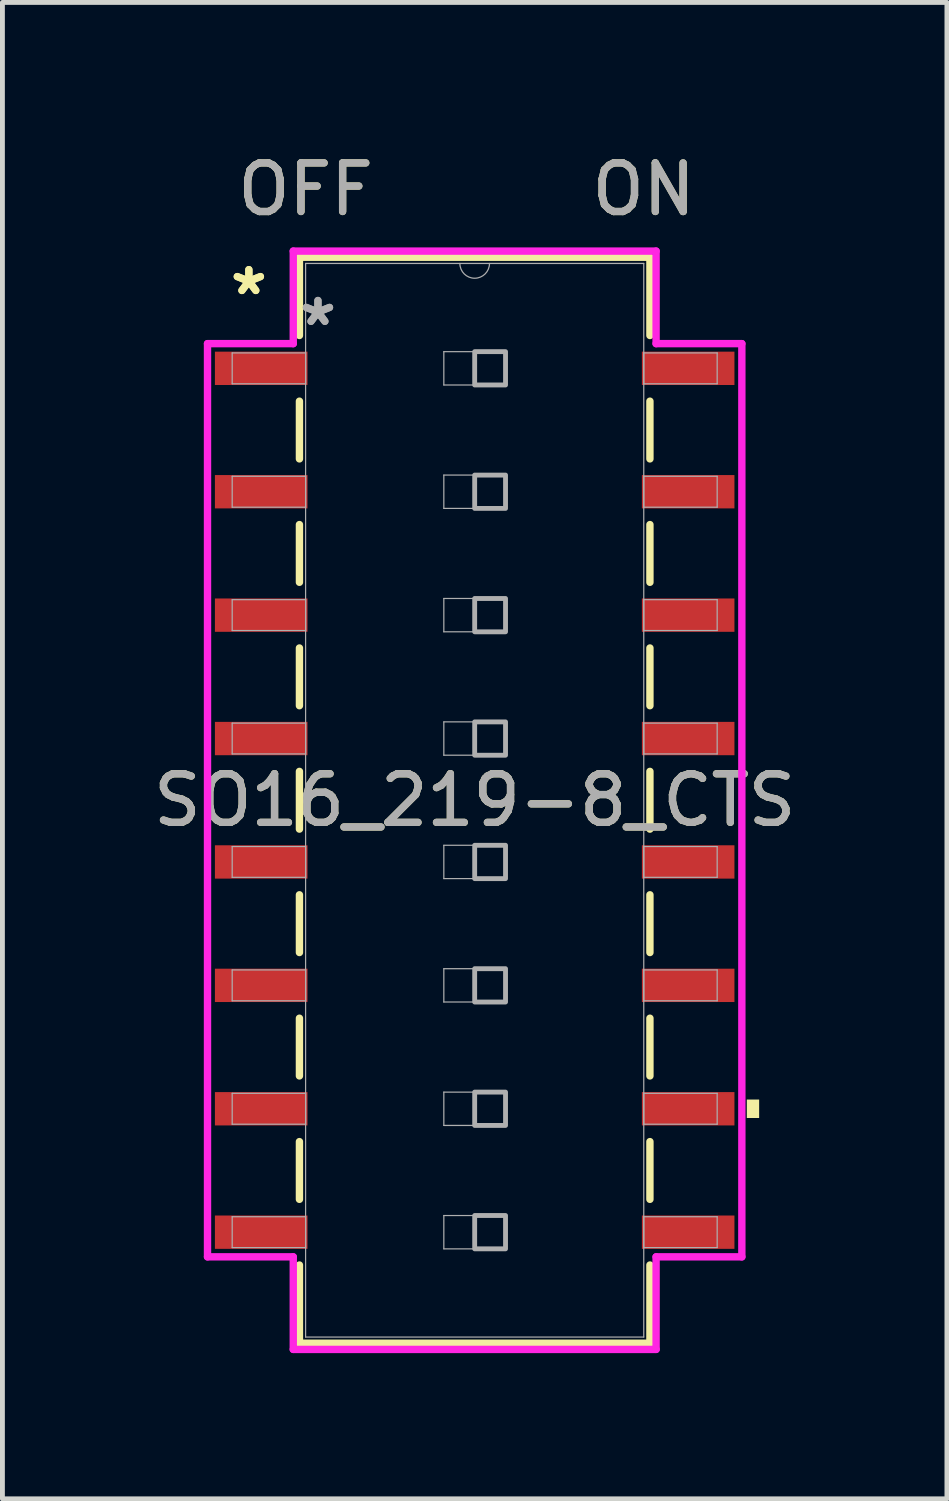
<source format=kicad_pcb>
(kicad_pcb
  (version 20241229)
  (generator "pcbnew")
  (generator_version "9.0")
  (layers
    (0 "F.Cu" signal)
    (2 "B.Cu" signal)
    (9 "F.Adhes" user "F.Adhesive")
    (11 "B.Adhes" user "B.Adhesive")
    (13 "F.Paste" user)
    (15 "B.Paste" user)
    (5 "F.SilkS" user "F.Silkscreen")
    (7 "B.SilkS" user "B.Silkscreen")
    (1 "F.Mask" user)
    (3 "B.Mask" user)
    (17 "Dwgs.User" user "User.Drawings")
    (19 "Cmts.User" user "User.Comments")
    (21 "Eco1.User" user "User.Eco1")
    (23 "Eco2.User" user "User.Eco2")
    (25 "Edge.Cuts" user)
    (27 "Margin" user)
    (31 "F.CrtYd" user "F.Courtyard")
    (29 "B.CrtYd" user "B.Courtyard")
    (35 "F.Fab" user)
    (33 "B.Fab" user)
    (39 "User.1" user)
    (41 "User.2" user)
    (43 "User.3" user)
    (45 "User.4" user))
  (footprint "SO16_219-8_CTS"
    (layer "F.Cu")
    (at 6.72 13.421)
    (property "Reference" "SO16_219-8_CTS" (at 0 0 0) (unlocked yes) (layer "F.SilkS") (effects (font (size 1 1) (thickness 0.15))))
    (attr smd)
    (fp_line (start -3.607 -11.176) (end -3.607 -9.566) (stroke (width 0.152) (type solid)) (layer "F.SilkS"))
    (fp_line (start -3.607 -8.214) (end -3.607 -7.026) (stroke (width 0.152) (type solid)) (layer "F.SilkS"))
    (fp_line (start -3.607 -5.674) (end -3.607 -4.486) (stroke (width 0.152) (type solid)) (layer "F.SilkS"))
    (fp_line (start -3.607 -3.134) (end -3.607 -1.946) (stroke (width 0.152) (type solid)) (layer "F.SilkS"))
    (fp_line (start -3.607 -0.594) (end -3.607 0.594) (stroke (width 0.152) (type solid)) (layer "F.SilkS"))
    (fp_line (start -3.607 1.946) (end -3.607 3.134) (stroke (width 0.152) (type solid)) (layer "F.SilkS"))
    (fp_line (start -3.607 4.486) (end -3.607 5.674) (stroke (width 0.152) (type solid)) (layer "F.SilkS"))
    (fp_line (start -3.607 7.026) (end -3.607 8.214) (stroke (width 0.152) (type solid)) (layer "F.SilkS"))
    (fp_line (start -3.607 9.566) (end -3.607 11.176) (stroke (width 0.152) (type solid)) (layer "F.SilkS"))
    (fp_line (start -3.607 11.176) (end 3.607 11.176) (stroke (width 0.152) (type solid)) (layer "F.SilkS"))
    (fp_line (start 3.607 -11.176) (end -3.607 -11.176) (stroke (width 0.152) (type solid)) (layer "F.SilkS"))
    (fp_line (start 3.607 -9.566) (end 3.607 -11.176) (stroke (width 0.152) (type solid)) (layer "F.SilkS"))
    (fp_line (start 3.607 -7.026) (end 3.607 -8.214) (stroke (width 0.152) (type solid)) (layer "F.SilkS"))
    (fp_line (start 3.607 -4.486) (end 3.607 -5.674) (stroke (width 0.152) (type solid)) (layer "F.SilkS"))
    (fp_line (start 3.607 -1.946) (end 3.607 -3.134) (stroke (width 0.152) (type solid)) (layer "F.SilkS"))
    (fp_line (start 3.607 0.594) (end 3.607 -0.594) (stroke (width 0.152) (type solid)) (layer "F.SilkS"))
    (fp_line (start 3.607 3.134) (end 3.607 1.946) (stroke (width 0.152) (type solid)) (layer "F.SilkS"))
    (fp_line (start 3.607 5.674) (end 3.607 4.486) (stroke (width 0.152) (type solid)) (layer "F.SilkS"))
    (fp_line (start 3.607 8.214) (end 3.607 7.026) (stroke (width 0.152) (type solid)) (layer "F.SilkS"))
    (fp_line (start 3.607 11.176) (end 3.607 9.566) (stroke (width 0.152) (type solid)) (layer "F.SilkS"))
    (fp_poly (pts (xy 5.855 6.16) (xy 5.855 6.54) (xy 5.601 6.54) (xy 5.601 6.16)) (stroke (width 0) (type solid)) (fill yes) (layer "F.SilkS"))
    (fp_line (start -5.499 -9.398) (end -3.734 -9.398) (stroke (width 0.152) (type solid)) (layer "F.CrtYd"))
    (fp_line (start -5.499 9.398) (end -5.499 -9.398) (stroke (width 0.152) (type solid)) (layer "F.CrtYd"))
    (fp_line (start -3.734 -11.303) (end 3.734 -11.303) (stroke (width 0.152) (type solid)) (layer "F.CrtYd"))
    (fp_line (start -3.734 -9.398) (end -3.734 -11.303) (stroke (width 0.152) (type solid)) (layer "F.CrtYd"))
    (fp_line (start -3.734 9.398) (end -5.499 9.398) (stroke (width 0.152) (type solid)) (layer "F.CrtYd"))
    (fp_line (start -3.734 11.303) (end -3.734 9.398) (stroke (width 0.152) (type solid)) (layer "F.CrtYd"))
    (fp_line (start 3.734 -11.303) (end 3.734 -9.398) (stroke (width 0.152) (type solid)) (layer "F.CrtYd"))
    (fp_line (start 3.734 -9.398) (end 5.499 -9.398) (stroke (width 0.152) (type solid)) (layer "F.CrtYd"))
    (fp_line (start 3.734 9.398) (end 3.734 11.303) (stroke (width 0.152) (type solid)) (layer "F.CrtYd"))
    (fp_line (start 3.734 11.303) (end -3.734 11.303) (stroke (width 0.152) (type solid)) (layer "F.CrtYd"))
    (fp_line (start 5.499 -9.398) (end 5.499 9.398) (stroke (width 0.152) (type solid)) (layer "F.CrtYd"))
    (fp_line (start 5.499 9.398) (end 3.734 9.398) (stroke (width 0.152) (type solid)) (layer "F.CrtYd"))
    (fp_line (start -4.991 -9.207) (end -4.991 -8.572) (stroke (width 0.025) (type solid)) (layer "F.Fab"))
    (fp_line (start -4.991 -8.572) (end -3.48 -8.572) (stroke (width 0.025) (type solid)) (layer "F.Fab"))
    (fp_line (start -4.991 -6.668) (end -4.991 -6.032) (stroke (width 0.025) (type solid)) (layer "F.Fab"))
    (fp_line (start -4.991 -6.032) (end -3.48 -6.032) (stroke (width 0.025) (type solid)) (layer "F.Fab"))
    (fp_line (start -4.991 -4.128) (end -4.991 -3.493) (stroke (width 0.025) (type solid)) (layer "F.Fab"))
    (fp_line (start -4.991 -3.493) (end -3.48 -3.493) (stroke (width 0.025) (type solid)) (layer "F.Fab"))
    (fp_line (start -4.991 -1.587) (end -4.991 -0.953) (stroke (width 0.025) (type solid)) (layer "F.Fab"))
    (fp_line (start -4.991 -0.953) (end -3.48 -0.953) (stroke (width 0.025) (type solid)) (layer "F.Fab"))
    (fp_line (start -4.991 0.953) (end -4.991 1.587) (stroke (width 0.025) (type solid)) (layer "F.Fab"))
    (fp_line (start -4.991 1.587) (end -3.48 1.587) (stroke (width 0.025) (type solid)) (layer "F.Fab"))
    (fp_line (start -4.991 3.493) (end -4.991 4.128) (stroke (width 0.025) (type solid)) (layer "F.Fab"))
    (fp_line (start -4.991 4.128) (end -3.48 4.128) (stroke (width 0.025) (type solid)) (layer "F.Fab"))
    (fp_line (start -4.991 6.032) (end -4.991 6.668) (stroke (width 0.025) (type solid)) (layer "F.Fab"))
    (fp_line (start -4.991 6.668) (end -3.48 6.668) (stroke (width 0.025) (type solid)) (layer "F.Fab"))
    (fp_line (start -4.991 8.572) (end -4.991 9.207) (stroke (width 0.025) (type solid)) (layer "F.Fab"))
    (fp_line (start -4.991 9.207) (end -3.48 9.207) (stroke (width 0.025) (type solid)) (layer "F.Fab"))
    (fp_line (start -3.48 -11.049) (end -3.48 11.049) (stroke (width 0.025) (type solid)) (layer "F.Fab"))
    (fp_line (start -3.48 -9.207) (end -4.991 -9.207) (stroke (width 0.025) (type solid)) (layer "F.Fab"))
    (fp_line (start -3.48 -8.572) (end -3.48 -9.207) (stroke (width 0.025) (type solid)) (layer "F.Fab"))
    (fp_line (start -3.48 -6.668) (end -4.991 -6.668) (stroke (width 0.025) (type solid)) (layer "F.Fab"))
    (fp_line (start -3.48 -6.032) (end -3.48 -6.668) (stroke (width 0.025) (type solid)) (layer "F.Fab"))
    (fp_line (start -3.48 -4.128) (end -4.991 -4.128) (stroke (width 0.025) (type solid)) (layer "F.Fab"))
    (fp_line (start -3.48 -3.493) (end -3.48 -4.128) (stroke (width 0.025) (type solid)) (layer "F.Fab"))
    (fp_line (start -3.48 -1.587) (end -4.991 -1.587) (stroke (width 0.025) (type solid)) (layer "F.Fab"))
    (fp_line (start -3.48 -0.953) (end -3.48 -1.587) (stroke (width 0.025) (type solid)) (layer "F.Fab"))
    (fp_line (start -3.48 0.953) (end -4.991 0.953) (stroke (width 0.025) (type solid)) (layer "F.Fab"))
    (fp_line (start -3.48 1.587) (end -3.48 0.953) (stroke (width 0.025) (type solid)) (layer "F.Fab"))
    (fp_line (start -3.48 3.493) (end -4.991 3.493) (stroke (width 0.025) (type solid)) (layer "F.Fab"))
    (fp_line (start -3.48 4.128) (end -3.48 3.493) (stroke (width 0.025) (type solid)) (layer "F.Fab"))
    (fp_line (start -3.48 6.032) (end -4.991 6.032) (stroke (width 0.025) (type solid)) (layer "F.Fab"))
    (fp_line (start -3.48 6.668) (end -3.48 6.032) (stroke (width 0.025) (type solid)) (layer "F.Fab"))
    (fp_line (start -3.48 8.572) (end -4.991 8.572) (stroke (width 0.025) (type solid)) (layer "F.Fab"))
    (fp_line (start -3.48 9.207) (end -3.48 8.572) (stroke (width 0.025) (type solid)) (layer "F.Fab"))
    (fp_line (start -3.48 11.049) (end 3.48 11.049) (stroke (width 0.025) (type solid)) (layer "F.Fab"))
    (fp_line (start -0.635 -9.233) (end 0.635 -9.233) (stroke (width 0.025) (type solid)) (layer "F.Fab"))
    (fp_line (start -0.635 -8.547) (end -0.635 -9.233) (stroke (width 0.025) (type solid)) (layer "F.Fab"))
    (fp_line (start -0.635 -6.693) (end 0.635 -6.693) (stroke (width 0.025) (type solid)) (layer "F.Fab"))
    (fp_line (start -0.635 -6.007) (end -0.635 -6.693) (stroke (width 0.025) (type solid)) (layer "F.Fab"))
    (fp_line (start -0.635 -4.153) (end 0.635 -4.153) (stroke (width 0.025) (type solid)) (layer "F.Fab"))
    (fp_line (start -0.635 -3.467) (end -0.635 -4.153) (stroke (width 0.025) (type solid)) (layer "F.Fab"))
    (fp_line (start -0.635 -1.613) (end 0.635 -1.613) (stroke (width 0.025) (type solid)) (layer "F.Fab"))
    (fp_line (start -0.635 -0.927) (end -0.635 -1.613) (stroke (width 0.025) (type solid)) (layer "F.Fab"))
    (fp_line (start -0.635 0.927) (end 0.635 0.927) (stroke (width 0.025) (type solid)) (layer "F.Fab"))
    (fp_line (start -0.635 1.613) (end -0.635 0.927) (stroke (width 0.025) (type solid)) (layer "F.Fab"))
    (fp_line (start -0.635 3.467) (end 0.635 3.467) (stroke (width 0.025) (type solid)) (layer "F.Fab"))
    (fp_line (start -0.635 4.153) (end -0.635 3.467) (stroke (width 0.025) (type solid)) (layer "F.Fab"))
    (fp_line (start -0.635 6.007) (end 0.635 6.007) (stroke (width 0.025) (type solid)) (layer "F.Fab"))
    (fp_line (start -0.635 6.693) (end -0.635 6.007) (stroke (width 0.025) (type solid)) (layer "F.Fab"))
    (fp_line (start -0.635 8.547) (end 0.635 8.547) (stroke (width 0.025) (type solid)) (layer "F.Fab"))
    (fp_line (start -0.635 9.233) (end -0.635 8.547) (stroke (width 0.025) (type solid)) (layer "F.Fab"))
    (fp_line (start 0.635 -9.233) (end 0.635 -8.547) (stroke (width 0.025) (type solid)) (layer "F.Fab"))
    (fp_line (start 0.635 -8.547) (end -0.635 -8.547) (stroke (width 0.025) (type solid)) (layer "F.Fab"))
    (fp_line (start 0.635 -6.693) (end 0.635 -6.007) (stroke (width 0.025) (type solid)) (layer "F.Fab"))
    (fp_line (start 0.635 -6.007) (end -0.635 -6.007) (stroke (width 0.025) (type solid)) (layer "F.Fab"))
    (fp_line (start 0.635 -4.153) (end 0.635 -3.467) (stroke (width 0.025) (type solid)) (layer "F.Fab"))
    (fp_line (start 0.635 -3.467) (end -0.635 -3.467) (stroke (width 0.025) (type solid)) (layer "F.Fab"))
    (fp_line (start 0.635 -1.613) (end 0.635 -0.927) (stroke (width 0.025) (type solid)) (layer "F.Fab"))
    (fp_line (start 0.635 -0.927) (end -0.635 -0.927) (stroke (width 0.025) (type solid)) (layer "F.Fab"))
    (fp_line (start 0.635 0.927) (end 0.635 1.613) (stroke (width 0.025) (type solid)) (layer "F.Fab"))
    (fp_line (start 0.635 1.613) (end -0.635 1.613) (stroke (width 0.025) (type solid)) (layer "F.Fab"))
    (fp_line (start 0.635 3.467) (end 0.635 4.153) (stroke (width 0.025) (type solid)) (layer "F.Fab"))
    (fp_line (start 0.635 4.153) (end -0.635 4.153) (stroke (width 0.025) (type solid)) (layer "F.Fab"))
    (fp_line (start 0.635 6.007) (end 0.635 6.693) (stroke (width 0.025) (type solid)) (layer "F.Fab"))
    (fp_line (start 0.635 6.693) (end -0.635 6.693) (stroke (width 0.025) (type solid)) (layer "F.Fab"))
    (fp_line (start 0.635 8.547) (end 0.635 9.233) (stroke (width 0.025) (type solid)) (layer "F.Fab"))
    (fp_line (start 0.635 9.233) (end -0.635 9.233) (stroke (width 0.025) (type solid)) (layer "F.Fab"))
    (fp_line (start 3.48 -11.049) (end -3.48 -11.049) (stroke (width 0.025) (type solid)) (layer "F.Fab"))
    (fp_line (start 3.48 -9.207) (end 3.48 -8.572) (stroke (width 0.025) (type solid)) (layer "F.Fab"))
    (fp_line (start 3.48 -8.572) (end 4.991 -8.572) (stroke (width 0.025) (type solid)) (layer "F.Fab"))
    (fp_line (start 3.48 -6.668) (end 3.48 -6.032) (stroke (width 0.025) (type solid)) (layer "F.Fab"))
    (fp_line (start 3.48 -6.032) (end 4.991 -6.032) (stroke (width 0.025) (type solid)) (layer "F.Fab"))
    (fp_line (start 3.48 -4.128) (end 3.48 -3.493) (stroke (width 0.025) (type solid)) (layer "F.Fab"))
    (fp_line (start 3.48 -3.493) (end 4.991 -3.493) (stroke (width 0.025) (type solid)) (layer "F.Fab"))
    (fp_line (start 3.48 -1.587) (end 3.48 -0.953) (stroke (width 0.025) (type solid)) (layer "F.Fab"))
    (fp_line (start 3.48 -0.953) (end 4.991 -0.953) (stroke (width 0.025) (type solid)) (layer "F.Fab"))
    (fp_line (start 3.48 0.953) (end 3.48 1.587) (stroke (width 0.025) (type solid)) (layer "F.Fab"))
    (fp_line (start 3.48 1.587) (end 4.991 1.587) (stroke (width 0.025) (type solid)) (layer "F.Fab"))
    (fp_line (start 3.48 3.493) (end 3.48 4.128) (stroke (width 0.025) (type solid)) (layer "F.Fab"))
    (fp_line (start 3.48 4.128) (end 4.991 4.128) (stroke (width 0.025) (type solid)) (layer "F.Fab"))
    (fp_line (start 3.48 6.032) (end 3.48 6.668) (stroke (width 0.025) (type solid)) (layer "F.Fab"))
    (fp_line (start 3.48 6.668) (end 4.991 6.668) (stroke (width 0.025) (type solid)) (layer "F.Fab"))
    (fp_line (start 3.48 8.572) (end 3.48 9.207) (stroke (width 0.025) (type solid)) (layer "F.Fab"))
    (fp_line (start 3.48 9.207) (end 4.991 9.207) (stroke (width 0.025) (type solid)) (layer "F.Fab"))
    (fp_line (start 3.48 11.049) (end 3.48 -11.049) (stroke (width 0.025) (type solid)) (layer "F.Fab"))
    (fp_line (start 4.991 -9.207) (end 3.48 -9.207) (stroke (width 0.025) (type solid)) (layer "F.Fab"))
    (fp_line (start 4.991 -8.572) (end 4.991 -9.207) (stroke (width 0.025) (type solid)) (layer "F.Fab"))
    (fp_line (start 4.991 -6.668) (end 3.48 -6.668) (stroke (width 0.025) (type solid)) (layer "F.Fab"))
    (fp_line (start 4.991 -6.032) (end 4.991 -6.668) (stroke (width 0.025) (type solid)) (layer "F.Fab"))
    (fp_line (start 4.991 -4.128) (end 3.48 -4.128) (stroke (width 0.025) (type solid)) (layer "F.Fab"))
    (fp_line (start 4.991 -3.493) (end 4.991 -4.128) (stroke (width 0.025) (type solid)) (layer "F.Fab"))
    (fp_line (start 4.991 -1.587) (end 3.48 -1.587) (stroke (width 0.025) (type solid)) (layer "F.Fab"))
    (fp_line (start 4.991 -0.953) (end 4.991 -1.587) (stroke (width 0.025) (type solid)) (layer "F.Fab"))
    (fp_line (start 4.991 0.953) (end 3.48 0.953) (stroke (width 0.025) (type solid)) (layer "F.Fab"))
    (fp_line (start 4.991 1.587) (end 4.991 0.953) (stroke (width 0.025) (type solid)) (layer "F.Fab"))
    (fp_line (start 4.991 3.493) (end 3.48 3.493) (stroke (width 0.025) (type solid)) (layer "F.Fab"))
    (fp_line (start 4.991 4.128) (end 4.991 3.493) (stroke (width 0.025) (type solid)) (layer "F.Fab"))
    (fp_line (start 4.991 6.032) (end 3.48 6.032) (stroke (width 0.025) (type solid)) (layer "F.Fab"))
    (fp_line (start 4.991 6.668) (end 4.991 6.032) (stroke (width 0.025) (type solid)) (layer "F.Fab"))
    (fp_line (start 4.991 8.572) (end 3.48 8.572) (stroke (width 0.025) (type solid)) (layer "F.Fab"))
    (fp_line (start 4.991 9.207) (end 4.991 8.572) (stroke (width 0.025) (type solid)) (layer "F.Fab"))
    (fp_arc (start 0.3048 -11.049) (mid 0 -10.7442) (end -0.3048 -11.049) (stroke (width 0.0254) (type solid)) (layer "F.Fab"))
    (fp_poly (pts (xy 0 -9.233) (xy 0.635 -9.233) (xy 0.635 -8.547) (xy 0 -8.547)) (stroke (width 0.1) (type solid)) (fill no) (layer "F.Fab"))
    (fp_poly (pts (xy 0 -6.693) (xy 0.635 -6.693) (xy 0.635 -6.007) (xy 0 -6.007)) (stroke (width 0.1) (type solid)) (fill no) (layer "F.Fab"))
    (fp_poly (pts (xy 0 -4.153) (xy 0.635 -4.153) (xy 0.635 -3.467) (xy 0 -3.467)) (stroke (width 0.1) (type solid)) (fill no) (layer "F.Fab"))
    (fp_poly (pts (xy 0 -1.613) (xy 0.635 -1.613) (xy 0.635 -0.927) (xy 0 -0.927)) (stroke (width 0.1) (type solid)) (fill no) (layer "F.Fab"))
    (fp_poly (pts (xy 0 0.927) (xy 0.635 0.927) (xy 0.635 1.613) (xy 0 1.613)) (stroke (width 0.1) (type solid)) (fill no) (layer "F.Fab"))
    (fp_poly (pts (xy 0 3.467) (xy 0.635 3.467) (xy 0.635 4.153) (xy 0 4.153)) (stroke (width 0.1) (type solid)) (fill no) (layer "F.Fab"))
    (fp_poly (pts (xy 0 6.007) (xy 0.635 6.007) (xy 0.635 6.693) (xy 0 6.693)) (stroke (width 0.1) (type solid)) (fill no) (layer "F.Fab"))
    (fp_poly (pts (xy 0 8.547) (xy 0.635 8.547) (xy 0.635 9.233) (xy 0 9.233)) (stroke (width 0.1) (type solid)) (fill no) (layer "F.Fab"))
    (fp_text user "*" (at -4.648 -10.376 0) (layer "F.SilkS") (effects (font (size 1 1) (thickness 0.15))))
    (fp_text user "ON" (at 3.48 -12.573 0) (unlocked yes) (layer "F.SilkS") (effects (font (size 1 1) (thickness 0.15))))
    (fp_text user "OFF" (at -3.48 -12.573 0) (unlocked yes) (layer "F.SilkS") (effects (font (size 1 1) (thickness 0.15))))
    (fp_text user "*" (at -4.648 -10.376 0) (unlocked yes) (layer "F.SilkS") (effects (font (size 1 1) (thickness 0.15))))
    (fp_text user "*" (at -3.226 -9.741 0) (layer "F.Fab") (effects (font (size 1 1) (thickness 0.15))))
    (fp_text user "ON" (at 3.48 -12.573 0) (unlocked yes) (layer "F.Fab") (effects (font (size 1 1) (thickness 0.15))))
    (fp_text user "${REFERENCE}" (at 0 0 0) (unlocked yes) (layer "F.Fab") (effects (font (size 1 1) (thickness 0.15))))
    (fp_text user "*" (at -3.226 -9.741 0) (unlocked yes) (layer "F.Fab") (effects (font (size 1 1) (thickness 0.15))))
    (fp_text user "OFF" (at -3.48 -12.573 0) (unlocked yes) (layer "F.Fab") (effects (font (size 1 1) (thickness 0.15))))
    (pad "1" smd rect (at -4.394 -8.89) (size 1.905 0.686) (layers "F.Cu" "F.Mask" "F.Paste"))
    (pad "2" smd rect (at -4.394 -6.35) (size 1.905 0.686) (layers "F.Cu" "F.Mask" "F.Paste"))
    (pad "3" smd rect (at -4.394 -3.81) (size 1.905 0.686) (layers "F.Cu" "F.Mask" "F.Paste"))
    (pad "4" smd rect (at -4.394 -1.27) (size 1.905 0.686) (layers "F.Cu" "F.Mask" "F.Paste"))
    (pad "5" smd rect (at -4.394 1.27) (size 1.905 0.686) (layers "F.Cu" "F.Mask" "F.Paste"))
    (pad "6" smd rect (at -4.394 3.81) (size 1.905 0.686) (layers "F.Cu" "F.Mask" "F.Paste"))
    (pad "7" smd rect (at -4.394 6.35) (size 1.905 0.686) (layers "F.Cu" "F.Mask" "F.Paste"))
    (pad "8" smd rect (at -4.394 8.89) (size 1.905 0.686) (layers "F.Cu" "F.Mask" "F.Paste"))
    (pad "9" smd rect (at 4.394 8.89) (size 1.905 0.686) (layers "F.Cu" "F.Mask" "F.Paste"))
    (pad "10" smd rect (at 4.394 6.35) (size 1.905 0.686) (layers "F.Cu" "F.Mask" "F.Paste"))
    (pad "11" smd rect (at 4.394 3.81) (size 1.905 0.686) (layers "F.Cu" "F.Mask" "F.Paste"))
    (pad "12" smd rect (at 4.394 1.27) (size 1.905 0.686) (layers "F.Cu" "F.Mask" "F.Paste"))
    (pad "13" smd rect (at 4.394 -1.27) (size 1.905 0.686) (layers "F.Cu" "F.Mask" "F.Paste"))
    (pad "14" smd rect (at 4.394 -3.81) (size 1.905 0.686) (layers "F.Cu" "F.Mask" "F.Paste"))
    (pad "15" smd rect (at 4.394 -6.35) (size 1.905 0.686) (layers "F.Cu" "F.Mask" "F.Paste"))
    (pad "16" smd rect (at 4.394 -8.89) (size 1.905 0.686) (layers "F.Cu" "F.Mask" "F.Paste")))
  (gr_rect
    (start -3 -3)
    (end 16.44 27.8)
    (stroke (width 0.1) (type default))
    (fill no)
    (layer "Edge.Cuts")))
</source>
